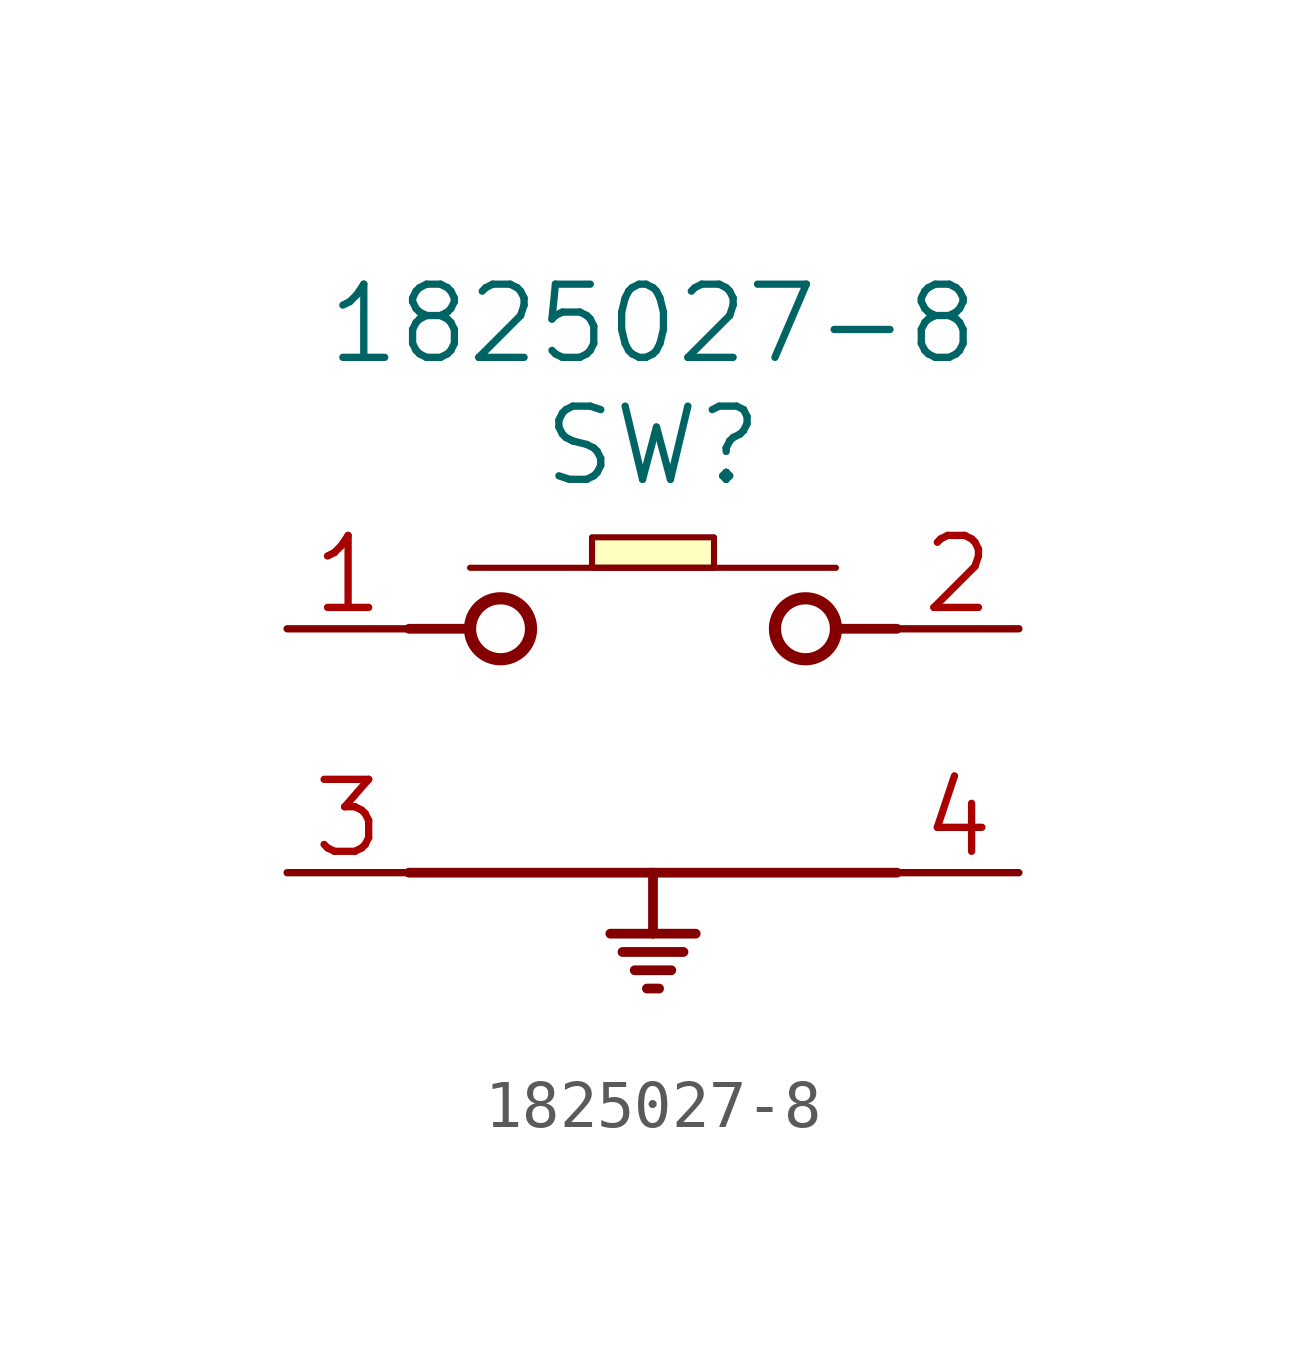
<source format=kicad_sym>
(kicad_symbol_lib
  (version 20211014)
  (generator kicad_symbol_editor)
  (symbol "1825027-8"
    (pin_names
      (offset -1.905) hide)
    (property "Reference" "SW"
      (at 7.62 3.81 0)
      (effects (font (size 1.524 1.524))))
    (property "Value" "1825027-8"
      (at 7.62 6.35 0)
      (effects (font (size 1.524 1.524))))
    (symbol "1825027-8_0_1"
      (polyline (pts (xy 3.81 1.27) (xy 11.43 1.27)) (stroke (width 0.127) (type default)) (fill (type none)))
      (rectangle (start 6.35 1.27) (end 8.89 1.905) (stroke (width 0.127) (type default)) (fill (type background))))
    (symbol "1825027-8_1_1"
      (polyline (pts (xy 2.54 -5.08) (xy 12.7 -5.08)) (stroke (width 0.203) (type default)) (fill (type none)))
      (polyline (pts (xy 2.54 0) (xy 3.81 0)) (stroke (width 0.203) (type default)) (fill (type none)))
      (polyline (pts (xy 6.731 -6.35) (xy 8.509 -6.35)) (stroke (width 0.203) (type default)) (fill (type none)))
      (polyline (pts (xy 6.985 -6.731) (xy 8.255 -6.731)) (stroke (width 0.203) (type default)) (fill (type none)))
      (polyline (pts (xy 7.239 -7.112) (xy 8.001 -7.112)) (stroke (width 0.203) (type default)) (fill (type none)))
      (polyline (pts (xy 7.493 -7.493) (xy 7.747 -7.493)) (stroke (width 0.203) (type default)) (fill (type none)))
      (polyline (pts (xy 7.62 -5.08) (xy 7.62 -6.35)) (stroke (width 0.203) (type default)) (fill (type none)))
      (polyline (pts (xy 12.7 0) (xy 11.43 0)) (stroke (width 0.203) (type default)) (fill (type none)))
      (circle (center 4.445 0) (radius 0.635) (stroke (width 0.254) (type default)) (fill (type none)))
      (circle (center 10.795 0) (radius 0.635) (stroke (width 0.254) (type default)) (fill (type none)))
      (pin unspecified line (at 0 0 0) (length 2.54) (name "1" (effects (font (size 1.499 1.499)))) (number "1" (effects (font (size 1.499 1.499)))))
      (pin unspecified line (at 15.24 0 180) (length 2.54) (name "2" (effects (font (size 1.499 1.499)))) (number "2" (effects (font (size 1.499 1.499)))))
      (pin unspecified line (at 0 -5.08 0) (length 2.54) (name "3" (effects (font (size 1.499 1.499)))) (number "3" (effects (font (size 1.499 1.499)))))
      (pin unspecified line (at 15.24 -5.08 180) (length 2.54) (name "4" (effects (font (size 1.499 1.499)))) (number "4" (effects (font (size 1.499 1.499))))))))
</source>
